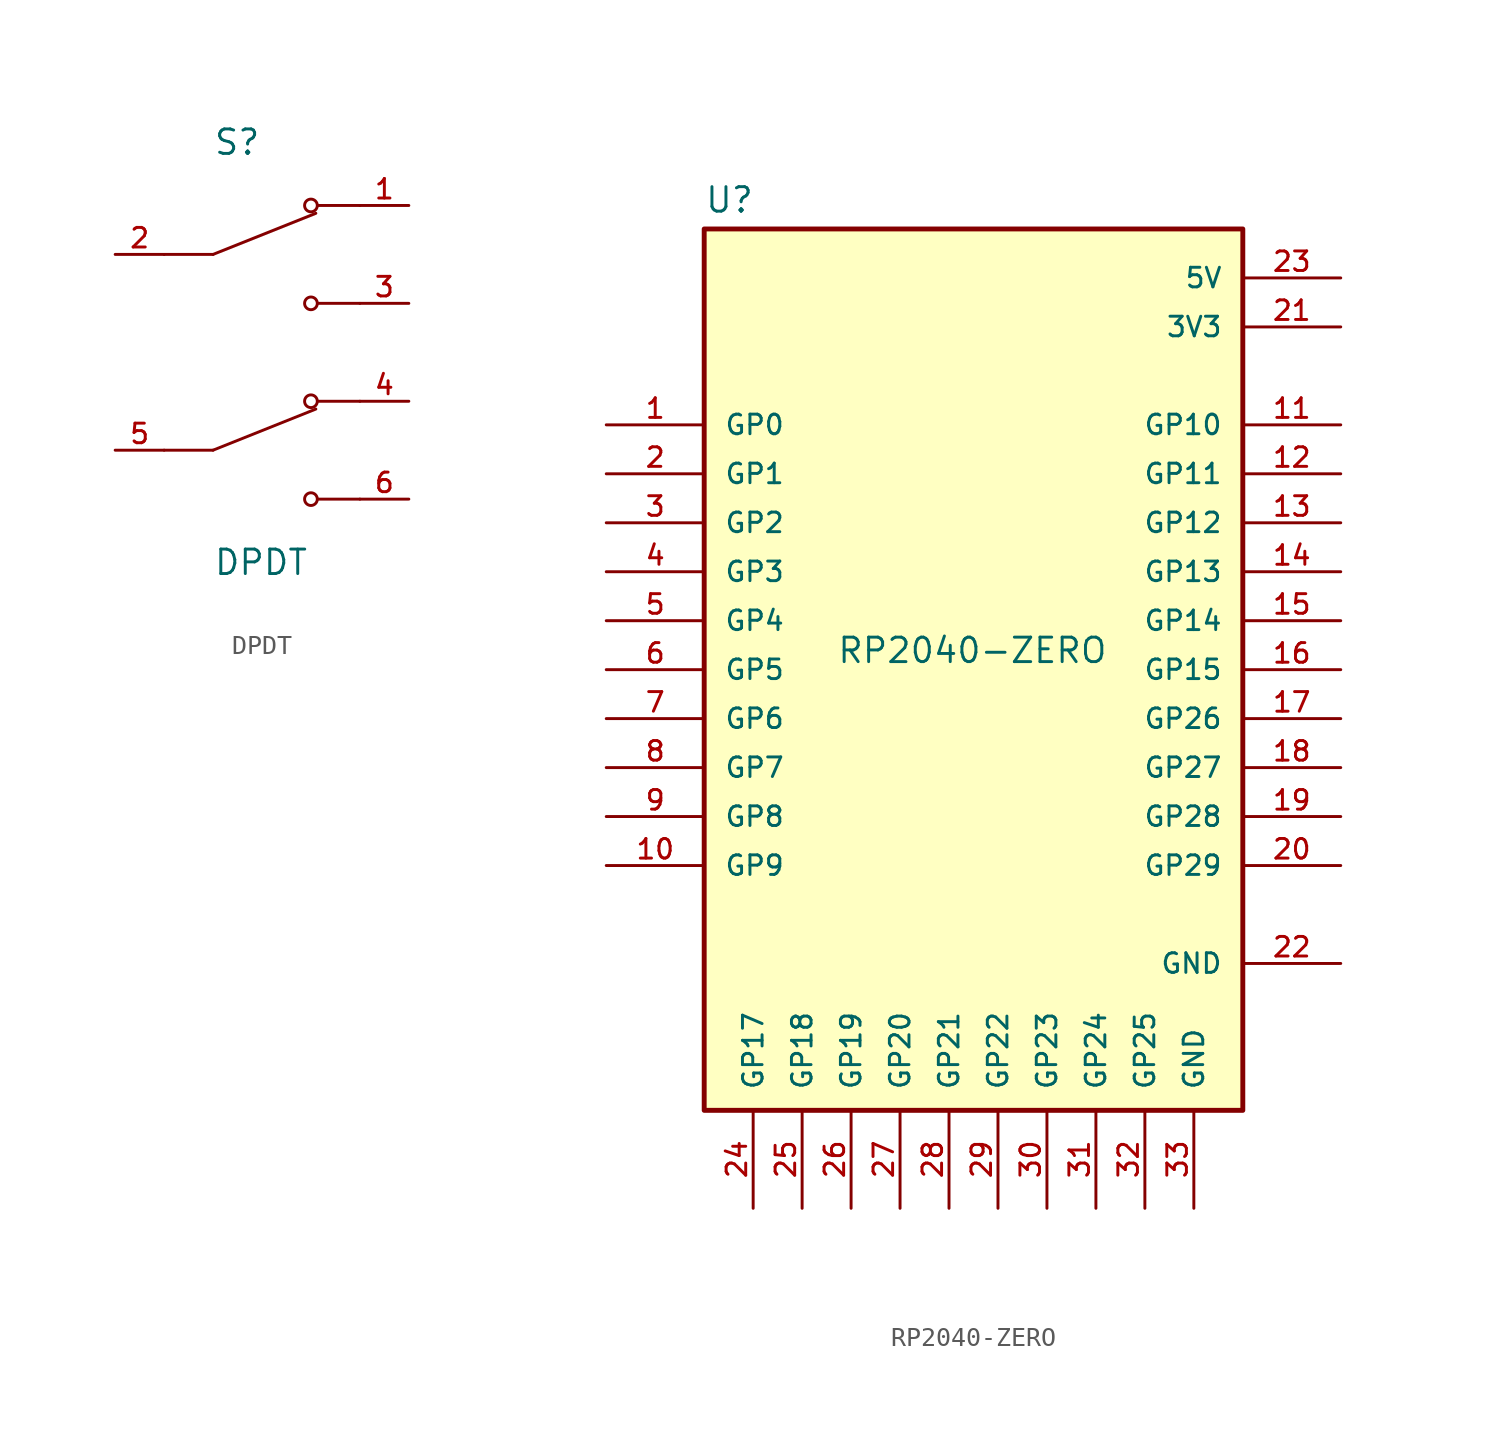
<source format=kicad_sym>
(kicad_symbol_lib
  (version 20241209)
  (generator "kicad_symbol_editor")
  (generator_version "9.0")
  (symbol "DPDT"
    (pin_names
      (offset 1.016))
    (property "Reference" "S"
      (at -2.54 10.16 0)
      (effects (font (size 1.27 1.27)) (justify left bottom)))
    (property "Value" "DPDT"
      (at -2.54 -10.16 0)
      (effects (font (size 1.27 1.27)) (justify left top)))
    (symbol "DPDT_0_0"
      (polyline (pts (xy -2.54 5.08) (xy -5.08 5.08)) (stroke (width 0.152) (type default)) (fill (type none)))
      (polyline (pts (xy -2.54 5.08) (xy 2.794 7.214)) (stroke (width 0.152) (type default)) (fill (type none)))
      (polyline (pts (xy -2.54 -5.08) (xy -5.08 -5.08)) (stroke (width 0.152) (type default)) (fill (type none)))
      (polyline (pts (xy -2.54 -5.08) (xy 2.794 -2.946)) (stroke (width 0.152) (type default)) (fill (type none)))
      (circle (center 2.54 7.62) (radius 0.33) (stroke (width 0.152) (type default)) (fill (type none)))
      (circle (center 2.54 2.54) (radius 0.33) (stroke (width 0.152) (type default)) (fill (type none)))
      (circle (center 2.54 -2.54) (radius 0.33) (stroke (width 0.152) (type default)) (fill (type none)))
      (circle (center 2.54 -7.62) (radius 0.33) (stroke (width 0.152) (type default)) (fill (type none)))
      (polyline (pts (xy 5.08 7.62) (xy 2.921 7.62)) (stroke (width 0.152) (type default)) (fill (type none)))
      (polyline (pts (xy 5.08 2.54) (xy 2.921 2.54)) (stroke (width 0.152) (type default)) (fill (type none)))
      (polyline (pts (xy 5.08 -2.54) (xy 2.921 -2.54)) (stroke (width 0.152) (type default)) (fill (type none)))
      (polyline (pts (xy 5.08 -7.62) (xy 2.921 -7.62)) (stroke (width 0.152) (type default)) (fill (type none)))
      (pin passive line (at -7.62 5.08 0) (length 2.54) (name "~" (effects (font (size 1.016 1.016)))) (number "2" (effects (font (size 1.016 1.016)))))
      (pin passive line (at -7.62 -5.08 0) (length 2.54) (name "~" (effects (font (size 1.016 1.016)))) (number "5" (effects (font (size 1.016 1.016)))))
      (pin passive line (at 7.62 7.62 180) (length 2.54) (name "~" (effects (font (size 1.016 1.016)))) (number "1" (effects (font (size 1.016 1.016)))))
      (pin passive line (at 7.62 2.54 180) (length 2.54) (name "~" (effects (font (size 1.016 1.016)))) (number "3" (effects (font (size 1.016 1.016)))))
      (pin passive line (at 7.62 -2.54 180) (length 2.54) (name "~" (effects (font (size 1.016 1.016)))) (number "4" (effects (font (size 1.016 1.016)))))
      (pin passive line (at 7.62 -7.62 180) (length 2.54) (name "~" (effects (font (size 1.016 1.016)))) (number "6" (effects (font (size 1.016 1.016)))))))
  (symbol "RP2040-ZERO"
    (pin_names
      (offset 1.016))
    (property "Reference" "U"
      (at -12.7 21.082 0)
      (effects (font (size 1.27 1.27)) (justify left bottom)))
    (property "Value" "RP2040-ZERO"
      (at -5.842 -2.286 0)
      (effects (font (size 1.27 1.27)) (justify left bottom)))
    (symbol "RP2040-ZERO_0_0"
      (rectangle (start -12.7 20.32) (end 15.24 -25.4) (stroke (width 0.254) (type default)) (fill (type background)))
      (pin bidirectional line (at -17.78 10.16 0) (length 5.08) (name "GP0" (effects (font (size 1.016 1.016)))) (number "1" (effects (font (size 1.016 1.016)))))
      (pin bidirectional line (at -17.78 7.62 0) (length 5.08) (name "GP1" (effects (font (size 1.016 1.016)))) (number "2" (effects (font (size 1.016 1.016)))))
      (pin bidirectional line (at -17.78 5.08 0) (length 5.08) (name "GP2" (effects (font (size 1.016 1.016)))) (number "3" (effects (font (size 1.016 1.016)))))
      (pin bidirectional line (at -17.78 2.54 0) (length 5.08) (name "GP3" (effects (font (size 1.016 1.016)))) (number "4" (effects (font (size 1.016 1.016)))))
      (pin bidirectional line (at -17.78 0 0) (length 5.08) (name "GP4" (effects (font (size 1.016 1.016)))) (number "5" (effects (font (size 1.016 1.016)))))
      (pin bidirectional line (at -17.78 -2.54 0) (length 5.08) (name "GP5" (effects (font (size 1.016 1.016)))) (number "6" (effects (font (size 1.016 1.016)))))
      (pin bidirectional line (at -17.78 -5.08 0) (length 5.08) (name "GP6" (effects (font (size 1.016 1.016)))) (number "7" (effects (font (size 1.016 1.016)))))
      (pin bidirectional line (at -17.78 -7.62 0) (length 5.08) (name "GP7" (effects (font (size 1.016 1.016)))) (number "8" (effects (font (size 1.016 1.016)))))
      (pin bidirectional line (at -17.78 -10.16 0) (length 5.08) (name "GP8" (effects (font (size 1.016 1.016)))) (number "9" (effects (font (size 1.016 1.016)))))
      (pin bidirectional line (at -17.78 -12.7 0) (length 5.08) (name "GP9" (effects (font (size 1.016 1.016)))) (number "10" (effects (font (size 1.016 1.016)))))
      (pin power_in line (at 20.32 17.78 180) (length 5.08) (name "5V" (effects (font (size 1.016 1.016)))) (number "23" (effects (font (size 1.016 1.016)))))
      (pin power_in line (at 20.32 15.24 180) (length 5.08) (name "3V3" (effects (font (size 1.016 1.016)))) (number "21" (effects (font (size 1.016 1.016)))))
      (pin bidirectional line (at 20.32 10.16 180) (length 5.08) (name "GP10" (effects (font (size 1.016 1.016)))) (number "11" (effects (font (size 1.016 1.016)))))
      (pin bidirectional line (at 20.32 7.62 180) (length 5.08) (name "GP11" (effects (font (size 1.016 1.016)))) (number "12" (effects (font (size 1.016 1.016)))))
      (pin bidirectional line (at 20.32 5.08 180) (length 5.08) (name "GP12" (effects (font (size 1.016 1.016)))) (number "13" (effects (font (size 1.016 1.016)))))
      (pin bidirectional line (at 20.32 2.54 180) (length 5.08) (name "GP13" (effects (font (size 1.016 1.016)))) (number "14" (effects (font (size 1.016 1.016)))))
      (pin bidirectional line (at 20.32 0 180) (length 5.08) (name "GP14" (effects (font (size 1.016 1.016)))) (number "15" (effects (font (size 1.016 1.016)))))
      (pin bidirectional line (at 20.32 -2.54 180) (length 5.08) (name "GP15" (effects (font (size 1.016 1.016)))) (number "16" (effects (font (size 1.016 1.016)))))
      (pin bidirectional line (at 20.32 -5.08 180) (length 5.08) (name "GP26" (effects (font (size 1.016 1.016)))) (number "17" (effects (font (size 1.016 1.016)))))
      (pin bidirectional line (at 20.32 -7.62 180) (length 5.08) (name "GP27" (effects (font (size 1.016 1.016)))) (number "18" (effects (font (size 1.016 1.016)))))
      (pin bidirectional line (at 20.32 -10.16 180) (length 5.08) (name "GP28" (effects (font (size 1.016 1.016)))) (number "19" (effects (font (size 1.016 1.016)))))
      (pin bidirectional line (at 20.32 -12.7 180) (length 5.08) (name "GP29" (effects (font (size 1.016 1.016)))) (number "20" (effects (font (size 1.016 1.016)))))
      (pin power_in line (at 20.32 -17.78 180) (length 5.08) (name "GND" (effects (font (size 1.016 1.016)))) (number "22" (effects (font (size 1.016 1.016))))))
    (symbol "RP2040-ZERO_1_0"
      (pin bidirectional line (at -10.16 -30.48 90) (length 5.08) (name "GP17" (effects (font (size 1.016 1.016)))) (number "24" (effects (font (size 1.016 1.016)))))
      (pin bidirectional line (at -7.62 -30.48 90) (length 5.08) (name "GP18" (effects (font (size 1.016 1.016)))) (number "25" (effects (font (size 1.016 1.016)))))
      (pin bidirectional line (at -5.08 -30.48 90) (length 5.08) (name "GP19" (effects (font (size 1.016 1.016)))) (number "26" (effects (font (size 1.016 1.016)))))
      (pin bidirectional line (at -2.54 -30.48 90) (length 5.08) (name "GP20" (effects (font (size 1.016 1.016)))) (number "27" (effects (font (size 1.016 1.016)))))
      (pin bidirectional line (at 0 -30.48 90) (length 5.08) (name "GP21" (effects (font (size 1.016 1.016)))) (number "28" (effects (font (size 1.016 1.016)))))
      (pin bidirectional line (at 2.54 -30.48 90) (length 5.08) (name "GP22" (effects (font (size 1.016 1.016)))) (number "29" (effects (font (size 1.016 1.016)))))
      (pin bidirectional line (at 5.08 -30.48 90) (length 5.08) (name "GP23" (effects (font (size 1.016 1.016)))) (number "30" (effects (font (size 1.016 1.016)))))
      (pin bidirectional line (at 7.62 -30.48 90) (length 5.08) (name "GP24" (effects (font (size 1.016 1.016)))) (number "31" (effects (font (size 1.016 1.016)))))
      (pin bidirectional line (at 10.16 -30.48 90) (length 5.08) (name "GP25" (effects (font (size 1.016 1.016)))) (number "32" (effects (font (size 1.016 1.016)))))
      (pin bidirectional line (at 12.7 -30.48 90) (length 5.08) (name "GND" (effects (font (size 1.016 1.016)))) (number "33" (effects (font (size 1.016 1.016))))))))
</source>
